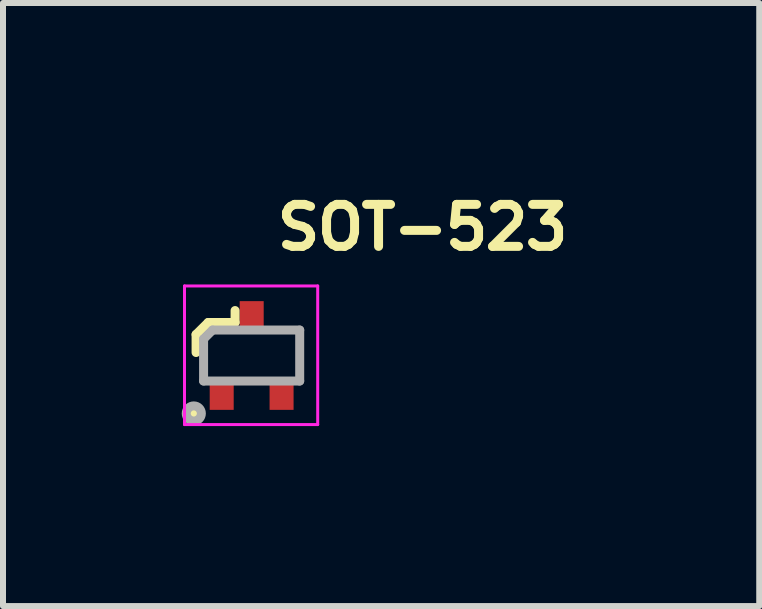
<source format=kicad_pcb>
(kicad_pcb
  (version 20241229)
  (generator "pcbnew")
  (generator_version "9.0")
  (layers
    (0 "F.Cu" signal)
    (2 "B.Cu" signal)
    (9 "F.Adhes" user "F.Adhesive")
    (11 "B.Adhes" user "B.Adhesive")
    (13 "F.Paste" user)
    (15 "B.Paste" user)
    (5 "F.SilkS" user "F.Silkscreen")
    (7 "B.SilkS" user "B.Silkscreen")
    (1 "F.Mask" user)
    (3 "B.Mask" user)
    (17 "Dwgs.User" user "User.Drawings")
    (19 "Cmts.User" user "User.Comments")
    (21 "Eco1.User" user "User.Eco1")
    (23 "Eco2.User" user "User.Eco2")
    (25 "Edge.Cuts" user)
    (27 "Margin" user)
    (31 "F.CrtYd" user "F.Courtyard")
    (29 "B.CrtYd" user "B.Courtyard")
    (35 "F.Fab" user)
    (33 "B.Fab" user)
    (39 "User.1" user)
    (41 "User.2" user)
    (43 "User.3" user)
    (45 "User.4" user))
  (footprint "SOT-523"
    (layer "F.Cu")
    (at 1.145 2.876)
    (property "Reference" "SOT-523" (at 0.349 -1.726 0) (layer "F.SilkS") (effects (font (size 0.7 0.7) (thickness 0.15)) (justify left bottom)))
    (attr smd)
    (fp_line (start -0.927 -0.351) (end -0.725 -0.551) (stroke (width 0.15) (type solid)) (layer "F.SilkS"))
    (fp_line (start -0.927 -0.051) (end -0.927 -0.351) (stroke (width 0.15) (type solid)) (layer "F.SilkS"))
    (fp_line (start -0.725 -0.551) (end -0.277 -0.551) (stroke (width 0.15) (type solid)) (layer "F.SilkS"))
    (fp_line (start -0.277 -0.551) (end -0.277 -0.75) (stroke (width 0.15) (type solid)) (layer "F.SilkS"))
    (fp_circle (center -0.965 0.965) (end -0.915 0.965) (stroke (width 0.15) (type solid)) (fill yes) (layer "F.SilkS"))
    (fp_line (start -1.12 -1.16) (end -1.12 1.15) (stroke (width 0.05) (type solid)) (layer "F.CrtYd"))
    (fp_line (start -1.12 -1.16) (end 1.1 -1.16) (stroke (width 0.05) (type solid)) (layer "F.CrtYd"))
    (fp_line (start -1.12 1.15) (end 1.1 1.15) (stroke (width 0.05) (type solid)) (layer "F.CrtYd"))
    (fp_line (start 1.1 -1.16) (end 1.1 1.15) (stroke (width 0.05) (type solid)) (layer "F.CrtYd"))
    (fp_line (start -0.802 -0.276) (end -0.802 0.424) (stroke (width 0.15) (type solid)) (layer "F.Fab"))
    (fp_line (start -0.652 -0.425) (end -0.802 -0.276) (stroke (width 0.15) (type solid)) (layer "F.Fab"))
    (fp_line (start 0.8 -0.425) (end -0.652 -0.425) (stroke (width 0.15) (type solid)) (layer "F.Fab"))
    (fp_line (start 0.8 -0.425) (end 0.8 0.424) (stroke (width 0.15) (type solid)) (layer "F.Fab"))
    (fp_line (start 0.8 0.424) (end -0.802 0.424) (stroke (width 0.15) (type solid)) (layer "F.Fab"))
    (fp_circle (center -0.965 0.965) (end -0.914 0.965) (stroke (width 0.15) (type solid)) (fill no) (layer "F.Fab"))
    (fp_rect (start -0.802 -0.802) (end 0.8 0.8) (stroke (width 0.1) (type solid)) (fill no) (layer "User.5"))
    (fp_line (start -0.802 -0.402) (end -0.789 -0.402) (stroke (width 0.02) (type solid)) (layer "User.9"))
    (fp_line (start -0.802 0.4) (end -0.802 -0.402) (stroke (width 0.02) (type solid)) (layer "User.9"))
    (fp_line (start -0.789 -0.402) (end -0.763 -0.375) (stroke (width 0.02) (type solid)) (layer "User.9"))
    (fp_line (start -0.789 -0.402) (end -0.145 -0.402) (stroke (width 0.02) (type solid)) (layer "User.9"))
    (fp_line (start -0.789 0.4) (end -0.802 0.4) (stroke (width 0.02) (type solid)) (layer "User.9"))
    (fp_line (start -0.789 0.4) (end -0.6 0.4) (stroke (width 0.02) (type solid)) (layer "User.9"))
    (fp_line (start -0.763 -0.375) (end 0.761 -0.375) (stroke (width 0.02) (type solid)) (layer "User.9"))
    (fp_line (start -0.763 0.373) (end -0.789 0.4) (stroke (width 0.02) (type solid)) (layer "User.9"))
    (fp_line (start -0.763 0.373) (end -0.763 -0.375) (stroke (width 0.02) (type solid)) (layer "User.9"))
    (fp_line (start -0.763 0.373) (end 0.761 0.373) (stroke (width 0.02) (type solid)) (layer "User.9"))
    (fp_line (start -0.6 0.4) (end -0.6 0.524) (stroke (width 0.02) (type solid)) (layer "User.9"))
    (fp_line (start -0.6 0.4) (end -0.402 0.4) (stroke (width 0.02) (type solid)) (layer "User.9"))
    (fp_line (start -0.6 0.524) (end -0.6 0.539) (stroke (width 0.02) (type solid)) (layer "User.9"))
    (fp_line (start -0.6 0.539) (end -0.6 0.563) (stroke (width 0.02) (type solid)) (layer "User.9"))
    (fp_line (start -0.6 0.563) (end -0.6 0.8) (stroke (width 0.02) (type solid)) (layer "User.9"))
    (fp_line (start -0.6 0.8) (end -0.402 0.8) (stroke (width 0.02) (type solid)) (layer "User.9"))
    (fp_line (start -0.402 0.4) (end 0.4 0.4) (stroke (width 0.02) (type solid)) (layer "User.9"))
    (fp_line (start -0.402 0.524) (end -0.402 0.4) (stroke (width 0.02) (type solid)) (layer "User.9"))
    (fp_line (start -0.402 0.539) (end -0.402 0.524) (stroke (width 0.02) (type solid)) (layer "User.9"))
    (fp_line (start -0.402 0.563) (end -0.402 0.539) (stroke (width 0.02) (type solid)) (layer "User.9"))
    (fp_line (start -0.402 0.8) (end -0.402 0.563) (stroke (width 0.02) (type solid)) (layer "User.9"))
    (fp_line (start -0.145 -0.802) (end -0.145 -0.565) (stroke (width 0.02) (type solid)) (layer "User.9"))
    (fp_line (start -0.145 -0.802) (end 0.143 -0.802) (stroke (width 0.02) (type solid)) (layer "User.9"))
    (fp_line (start -0.145 -0.565) (end -0.145 -0.541) (stroke (width 0.02) (type solid)) (layer "User.9"))
    (fp_line (start -0.145 -0.541) (end -0.145 -0.526) (stroke (width 0.02) (type solid)) (layer "User.9"))
    (fp_line (start -0.145 -0.526) (end -0.145 -0.402) (stroke (width 0.02) (type solid)) (layer "User.9"))
    (fp_line (start -0.145 -0.402) (end 0.143 -0.402) (stroke (width 0.02) (type solid)) (layer "User.9"))
    (fp_line (start 0.143 -0.565) (end 0.143 -0.802) (stroke (width 0.02) (type solid)) (layer "User.9"))
    (fp_line (start 0.143 -0.541) (end 0.143 -0.565) (stroke (width 0.02) (type solid)) (layer "User.9"))
    (fp_line (start 0.143 -0.526) (end 0.143 -0.541) (stroke (width 0.02) (type solid)) (layer "User.9"))
    (fp_line (start 0.143 -0.402) (end 0.143 -0.526) (stroke (width 0.02) (type solid)) (layer "User.9"))
    (fp_line (start 0.4 0.4) (end 0.4 0.524) (stroke (width 0.02) (type solid)) (layer "User.9"))
    (fp_line (start 0.4 0.4) (end 0.598 0.4) (stroke (width 0.02) (type solid)) (layer "User.9"))
    (fp_line (start 0.4 0.524) (end 0.4 0.539) (stroke (width 0.02) (type solid)) (layer "User.9"))
    (fp_line (start 0.4 0.539) (end 0.4 0.563) (stroke (width 0.02) (type solid)) (layer "User.9"))
    (fp_line (start 0.4 0.563) (end 0.4 0.8) (stroke (width 0.02) (type solid)) (layer "User.9"))
    (fp_line (start 0.4 0.8) (end 0.598 0.8) (stroke (width 0.02) (type solid)) (layer "User.9"))
    (fp_line (start 0.598 0.4) (end 0.787 0.4) (stroke (width 0.02) (type solid)) (layer "User.9"))
    (fp_line (start 0.598 0.524) (end 0.598 0.4) (stroke (width 0.02) (type solid)) (layer "User.9"))
    (fp_line (start 0.598 0.539) (end 0.598 0.524) (stroke (width 0.02) (type solid)) (layer "User.9"))
    (fp_line (start 0.598 0.563) (end 0.598 0.539) (stroke (width 0.02) (type solid)) (layer "User.9"))
    (fp_line (start 0.598 0.8) (end 0.598 0.563) (stroke (width 0.02) (type solid)) (layer "User.9"))
    (fp_line (start 0.761 0.373) (end 0.761 -0.375) (stroke (width 0.02) (type solid)) (layer "User.9"))
    (fp_line (start 0.761 0.373) (end 0.787 0.4) (stroke (width 0.02) (type solid)) (layer "User.9"))
    (fp_line (start 0.787 -0.402) (end 0.143 -0.402) (stroke (width 0.02) (type solid)) (layer "User.9"))
    (fp_line (start 0.787 -0.402) (end 0.761 -0.375) (stroke (width 0.02) (type solid)) (layer "User.9"))
    (fp_line (start 0.787 0.4) (end 0.8 0.4) (stroke (width 0.02) (type solid)) (layer "User.9"))
    (fp_line (start 0.8 -0.402) (end 0.787 -0.402) (stroke (width 0.02) (type solid)) (layer "User.9"))
    (fp_line (start 0.8 0.4) (end 0.8 -0.402) (stroke (width 0.02) (type solid)) (layer "User.9"))
    (pad "1" smd rect (at -0.5 0.65) (size 0.4 0.51) (layers "F.Cu" "F.Mask" "F.Paste"))
    (pad "2" smd rect (at 0.498 0.65) (size 0.4 0.51) (layers "F.Cu" "F.Mask" "F.Paste"))
    (pad "3" smd rect (at 0 -0.652) (size 0.4 0.51) (layers "F.Cu" "F.Mask" "F.Paste")))
  (gr_rect
    (start -3 -3)
    (end 9.604 7.051)
    (stroke (width 0.1) (type default))
    (fill no)
    (layer "Edge.Cuts")))
</source>
